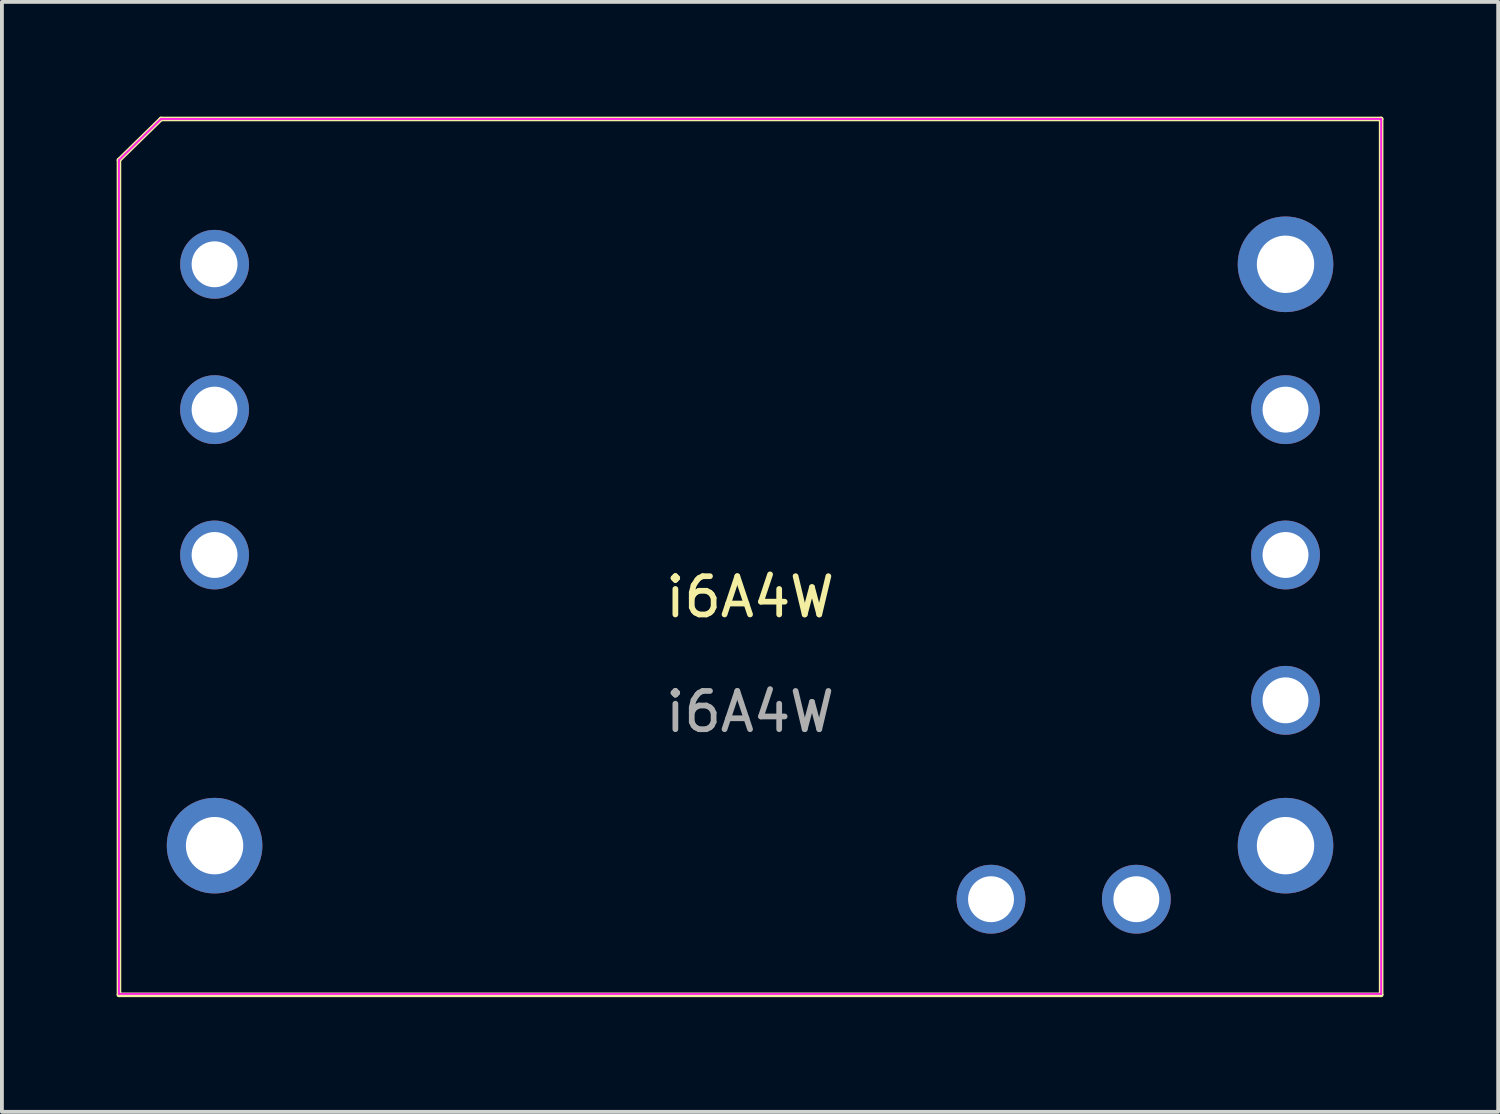
<source format=kicad_pcb>
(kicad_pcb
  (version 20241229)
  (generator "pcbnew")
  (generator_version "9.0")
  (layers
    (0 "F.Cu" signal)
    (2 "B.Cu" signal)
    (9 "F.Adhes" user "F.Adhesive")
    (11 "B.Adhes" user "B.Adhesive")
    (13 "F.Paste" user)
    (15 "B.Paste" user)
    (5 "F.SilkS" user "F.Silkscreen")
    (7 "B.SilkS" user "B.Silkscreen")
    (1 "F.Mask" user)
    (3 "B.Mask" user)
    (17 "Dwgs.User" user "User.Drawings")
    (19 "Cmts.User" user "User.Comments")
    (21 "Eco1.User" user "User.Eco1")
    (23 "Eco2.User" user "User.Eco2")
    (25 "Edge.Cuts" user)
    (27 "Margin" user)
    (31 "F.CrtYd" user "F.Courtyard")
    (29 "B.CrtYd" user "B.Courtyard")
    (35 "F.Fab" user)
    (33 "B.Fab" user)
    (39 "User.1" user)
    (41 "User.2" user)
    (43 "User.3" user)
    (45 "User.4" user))
  (footprint "i6A4W"
    (layer "F.Cu")
    (at 16.56 13.06)
    (property "Reference" "i6A4W" (at 0 -0.5 0) (unlocked yes) (layer "F.SilkS") (effects (font (size 1 1) (thickness 0.15))))
    (attr through_hole)
    (fp_line (start -16.5 -11.925) (end -16.5 9.9) (stroke (width 0.12) (type solid)) (layer "F.SilkS"))
    (fp_line (start -16.5 -11.925) (end -15.4 -13) (stroke (width 0.12) (type solid)) (layer "F.SilkS"))
    (fp_line (start -16.5 9.9) (end 16.5 9.9) (stroke (width 0.12) (type solid)) (layer "F.SilkS"))
    (fp_line (start 16.5 -13) (end -15.4 -13) (stroke (width 0.12) (type solid)) (layer "F.SilkS"))
    (fp_line (start 16.5 -13) (end 16.5 9.9) (stroke (width 0.12) (type solid)) (layer "F.SilkS"))
    (fp_line (start -16.5 -11.925) (end -16.5 9.875) (stroke (width 0.05) (type solid)) (layer "F.CrtYd"))
    (fp_line (start -16.5 9.875) (end 16.5 9.875) (stroke (width 0.05) (type solid)) (layer "F.CrtYd"))
    (fp_line (start -15.4 -13) (end -16.5 -11.925) (stroke (width 0.05) (type solid)) (layer "F.CrtYd"))
    (fp_line (start 16.5 -13) (end -15.4 -13) (stroke (width 0.05) (type solid)) (layer "F.CrtYd"))
    (fp_line (start 16.5 9.875) (end 16.5 -13) (stroke (width 0.05) (type solid)) (layer "F.CrtYd"))
    (fp_text user "${REFERENCE}" (at 0 2.5 0) (unlocked yes) (layer "F.Fab") (effects (font (size 1 1) (thickness 0.15))))
    (pad "1" thru_hole circle (at -14 -9.2) (size 1.8 1.8) (drill 1.2) (layers "*.Cu" "*.Mask"))
    (pad "2" thru_hole circle (at -14 -1.6) (size 1.8 1.8) (drill 1.2) (layers "*.Cu" "*.Mask"))
    (pad "3" thru_hole circle (at -14 6) (size 2.5 2.5) (drill 1.5) (layers "*.Cu" "*.Mask"))
    (pad "4" thru_hole circle (at 14 6) (size 2.5 2.5) (drill 1.5) (layers "*.Cu" "*.Mask"))
    (pad "5" thru_hole circle (at 14 2.2) (size 1.8 1.8) (drill 1.2) (layers "*.Cu" "*.Mask"))
    (pad "6" thru_hole circle (at 14 -1.6) (size 1.8 1.8) (drill 1.2) (layers "*.Cu" "*.Mask"))
    (pad "7" thru_hole circle (at 14 -5.4) (size 1.8 1.8) (drill 1.2) (layers "*.Cu" "*.Mask"))
    (pad "8" thru_hole circle (at 14 -9.2) (size 2.5 2.5) (drill 1.5) (layers "*.Cu" "*.Mask"))
    (pad "32" thru_hole circle (at 6.3 7.4) (size 1.8 1.8) (drill 1.2) (layers "*.Cu" "*.Mask"))
    (pad "33" thru_hole circle (at 10.1 7.4) (size 1.8 1.8) (drill 1.2) (layers "*.Cu" "*.Mask"))
    (pad "34" thru_hole circle (at -14 -5.4) (size 1.8 1.8) (drill 1.2) (layers "*.Cu" "*.Mask")))
  (gr_rect
    (start -3 -3)
    (end 36.12 26.02)
    (stroke (width 0.1) (type default))
    (fill no)
    (layer "Edge.Cuts")))
</source>
